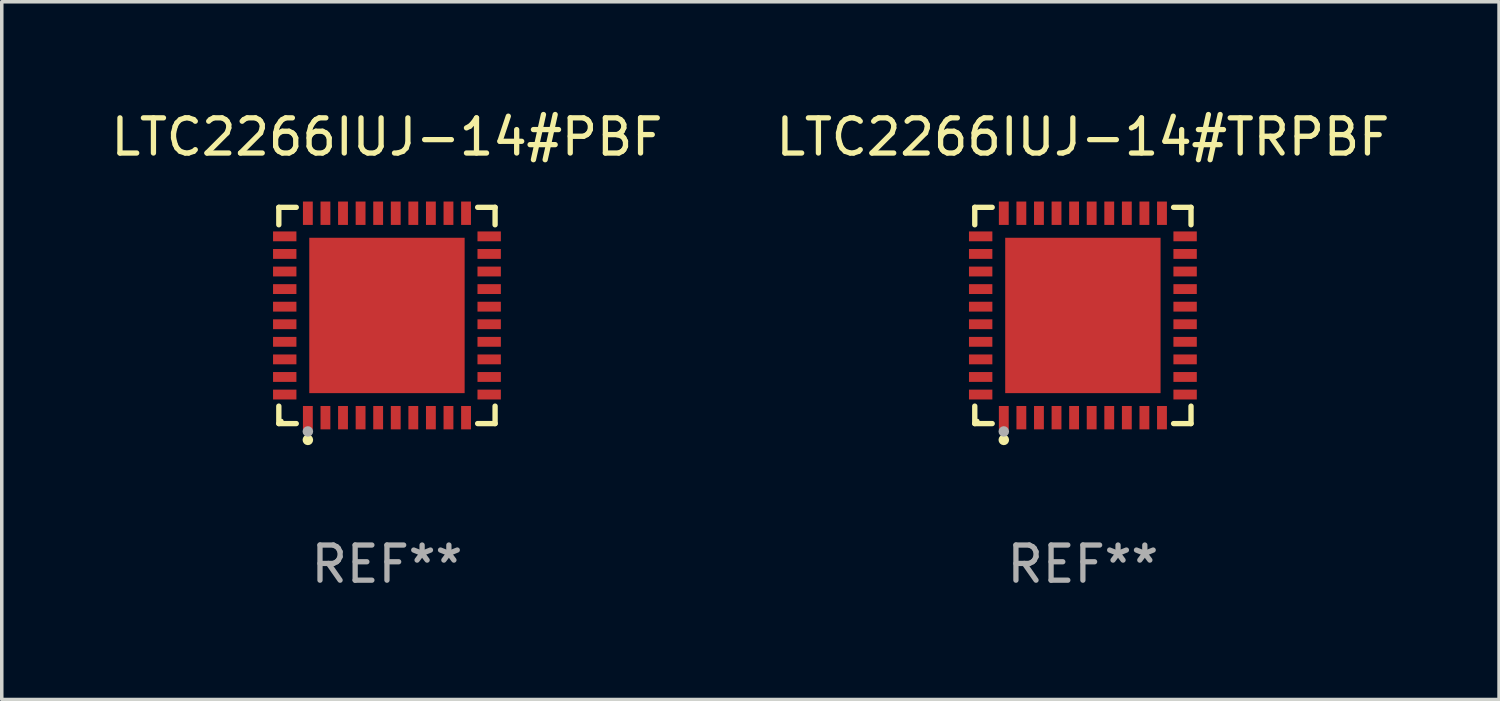
<source format=kicad_pcb>
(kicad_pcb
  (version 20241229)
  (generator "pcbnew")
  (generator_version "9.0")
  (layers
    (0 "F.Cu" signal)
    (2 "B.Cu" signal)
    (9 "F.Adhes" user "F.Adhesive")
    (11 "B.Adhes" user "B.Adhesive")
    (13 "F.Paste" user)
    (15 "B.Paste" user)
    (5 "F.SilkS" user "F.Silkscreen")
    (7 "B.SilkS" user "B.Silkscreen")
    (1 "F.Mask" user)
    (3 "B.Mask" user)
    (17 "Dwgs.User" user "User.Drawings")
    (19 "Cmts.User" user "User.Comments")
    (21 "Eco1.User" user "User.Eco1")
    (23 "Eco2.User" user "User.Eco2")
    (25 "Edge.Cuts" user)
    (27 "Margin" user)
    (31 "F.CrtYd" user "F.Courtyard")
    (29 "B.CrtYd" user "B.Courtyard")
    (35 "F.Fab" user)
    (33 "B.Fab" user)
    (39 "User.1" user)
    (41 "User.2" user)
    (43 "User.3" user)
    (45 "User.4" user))
  (footprint "LTC2266IUJ-14#TRPBF"
    (layer "F.Cu")
    (at 27.756 5.924)
    (property "Reference" "LTC2266IUJ-14#TRPBF" (at 0 -5.076 0) (layer "F.SilkS") (effects (font (size 1 1) (thickness 0.15))))
    (attr through_hole)
    (fp_line (start -3.076 -3.076) (end -2.58 -3.076) (stroke (width 0.152) (type solid)) (layer "F.SilkS"))
    (fp_line (start -3.076 -2.58) (end -3.076 -3.076) (stroke (width 0.152) (type solid)) (layer "F.SilkS"))
    (fp_line (start -3.076 2.58) (end -3.076 3.076) (stroke (width 0.152) (type solid)) (layer "F.SilkS"))
    (fp_line (start -3.076 3.076) (end -2.58 3.076) (stroke (width 0.152) (type solid)) (layer "F.SilkS"))
    (fp_line (start 3.076 -3.076) (end 2.58 -3.076) (stroke (width 0.152) (type solid)) (layer "F.SilkS"))
    (fp_line (start 3.076 -2.58) (end 3.076 -3.076) (stroke (width 0.152) (type solid)) (layer "F.SilkS"))
    (fp_line (start 3.076 2.58) (end 3.076 3.076) (stroke (width 0.152) (type solid)) (layer "F.SilkS"))
    (fp_line (start 3.076 3.076) (end 2.58 3.076) (stroke (width 0.152) (type solid)) (layer "F.SilkS"))
    (fp_circle (center -3 3) (end -2.97 3) (stroke (width 0.06) (type solid)) (fill no) (layer "F.SilkS"))
    (fp_circle (center -2.25 3.54) (end -2.175 3.54) (stroke (width 0.15) (type solid)) (fill no) (layer "F.SilkS"))
    (fp_circle (center -2.25 3.3) (end -2.175 3.3) (stroke (width 0.15) (type solid)) (fill no) (layer "F.Fab"))
    (fp_text user "REF**" (at 0 7.076 0) (layer "F.Fab") (effects (font (size 1 1) (thickness 0.15))))
    (pad "1" smd rect (at -2.25 2.908) (size 0.28 0.665) (layers "F.Cu" "F.Mask" "F.Paste"))
    (pad "2" smd rect (at -1.75 2.908) (size 0.28 0.665) (layers "F.Cu" "F.Mask" "F.Paste"))
    (pad "3" smd rect (at -1.25 2.908) (size 0.28 0.665) (layers "F.Cu" "F.Mask" "F.Paste"))
    (pad "4" smd rect (at -0.75 2.908) (size 0.28 0.665) (layers "F.Cu" "F.Mask" "F.Paste"))
    (pad "5" smd rect (at -0.25 2.908) (size 0.28 0.665) (layers "F.Cu" "F.Mask" "F.Paste"))
    (pad "6" smd rect (at 0.25 2.908) (size 0.28 0.665) (layers "F.Cu" "F.Mask" "F.Paste"))
    (pad "7" smd rect (at 0.75 2.908) (size 0.28 0.665) (layers "F.Cu" "F.Mask" "F.Paste"))
    (pad "8" smd rect (at 1.25 2.908) (size 0.28 0.665) (layers "F.Cu" "F.Mask" "F.Paste"))
    (pad "9" smd rect (at 1.75 2.908) (size 0.28 0.665) (layers "F.Cu" "F.Mask" "F.Paste"))
    (pad "10" smd rect (at 2.25 2.908) (size 0.28 0.665) (layers "F.Cu" "F.Mask" "F.Paste"))
    (pad "11" smd rect (at 2.908 2.25) (size 0.665 0.28) (layers "F.Cu" "F.Mask" "F.Paste"))
    (pad "12" smd rect (at 2.908 1.75) (size 0.665 0.28) (layers "F.Cu" "F.Mask" "F.Paste"))
    (pad "13" smd rect (at 2.908 1.25) (size 0.665 0.28) (layers "F.Cu" "F.Mask" "F.Paste"))
    (pad "14" smd rect (at 2.908 0.75) (size 0.665 0.28) (layers "F.Cu" "F.Mask" "F.Paste"))
    (pad "15" smd rect (at 2.908 0.25) (size 0.665 0.28) (layers "F.Cu" "F.Mask" "F.Paste"))
    (pad "16" smd rect (at 2.908 -0.25) (size 0.665 0.28) (layers "F.Cu" "F.Mask" "F.Paste"))
    (pad "17" smd rect (at 2.908 -0.75) (size 0.665 0.28) (layers "F.Cu" "F.Mask" "F.Paste"))
    (pad "18" smd rect (at 2.908 -1.25) (size 0.665 0.28) (layers "F.Cu" "F.Mask" "F.Paste"))
    (pad "19" smd rect (at 2.908 -1.75) (size 0.665 0.28) (layers "F.Cu" "F.Mask" "F.Paste"))
    (pad "20" smd rect (at 2.908 -2.25) (size 0.665 0.28) (layers "F.Cu" "F.Mask" "F.Paste"))
    (pad "21" smd rect (at 2.25 -2.908) (size 0.28 0.665) (layers "F.Cu" "F.Mask" "F.Paste"))
    (pad "22" smd rect (at 1.75 -2.908) (size 0.28 0.665) (layers "F.Cu" "F.Mask" "F.Paste"))
    (pad "23" smd rect (at 1.25 -2.908) (size 0.28 0.665) (layers "F.Cu" "F.Mask" "F.Paste"))
    (pad "24" smd rect (at 0.75 -2.908) (size 0.28 0.665) (layers "F.Cu" "F.Mask" "F.Paste"))
    (pad "25" smd rect (at 0.25 -2.908) (size 0.28 0.665) (layers "F.Cu" "F.Mask" "F.Paste"))
    (pad "26" smd rect (at -0.25 -2.908) (size 0.28 0.665) (layers "F.Cu" "F.Mask" "F.Paste"))
    (pad "27" smd rect (at -0.75 -2.908) (size 0.28 0.665) (layers "F.Cu" "F.Mask" "F.Paste"))
    (pad "28" smd rect (at -1.25 -2.908) (size 0.28 0.665) (layers "F.Cu" "F.Mask" "F.Paste"))
    (pad "29" smd rect (at -1.75 -2.908) (size 0.28 0.665) (layers "F.Cu" "F.Mask" "F.Paste"))
    (pad "30" smd rect (at -2.25 -2.908) (size 0.28 0.665) (layers "F.Cu" "F.Mask" "F.Paste"))
    (pad "31" smd rect (at -2.908 -2.25) (size 0.665 0.28) (layers "F.Cu" "F.Mask" "F.Paste"))
    (pad "32" smd rect (at -2.908 -1.75) (size 0.665 0.28) (layers "F.Cu" "F.Mask" "F.Paste"))
    (pad "33" smd rect (at -2.908 -1.25) (size 0.665 0.28) (layers "F.Cu" "F.Mask" "F.Paste"))
    (pad "34" smd rect (at -2.908 -0.75) (size 0.665 0.28) (layers "F.Cu" "F.Mask" "F.Paste"))
    (pad "35" smd rect (at -2.908 -0.25) (size 0.665 0.28) (layers "F.Cu" "F.Mask" "F.Paste"))
    (pad "36" smd rect (at -2.908 0.25) (size 0.665 0.28) (layers "F.Cu" "F.Mask" "F.Paste"))
    (pad "37" smd rect (at -2.908 0.75) (size 0.665 0.28) (layers "F.Cu" "F.Mask" "F.Paste"))
    (pad "38" smd rect (at -2.908 1.25) (size 0.665 0.28) (layers "F.Cu" "F.Mask" "F.Paste"))
    (pad "39" smd rect (at -2.908 1.75) (size 0.665 0.28) (layers "F.Cu" "F.Mask" "F.Paste"))
    (pad "40" smd rect (at -2.908 2.25) (size 0.665 0.28) (layers "F.Cu" "F.Mask" "F.Paste"))
    (pad "41" smd rect (at 0 0) (size 4.42 4.42) (layers "F.Cu" "F.Mask" "F.Paste")))
  (footprint "LTC2266IUJ-14#PBF"
    (layer "F.Cu")
    (at 7.958 5.924)
    (property "Reference" "LTC2266IUJ-14#PBF" (at 0 -5.076 0) (layer "F.SilkS") (effects (font (size 1 1) (thickness 0.15))))
    (attr through_hole)
    (fp_line (start -3.076 -3.076) (end -2.58 -3.076) (stroke (width 0.152) (type solid)) (layer "F.SilkS"))
    (fp_line (start -3.076 -2.58) (end -3.076 -3.076) (stroke (width 0.152) (type solid)) (layer "F.SilkS"))
    (fp_line (start -3.076 2.58) (end -3.076 3.076) (stroke (width 0.152) (type solid)) (layer "F.SilkS"))
    (fp_line (start -3.076 3.076) (end -2.58 3.076) (stroke (width 0.152) (type solid)) (layer "F.SilkS"))
    (fp_line (start 3.076 -3.076) (end 2.58 -3.076) (stroke (width 0.152) (type solid)) (layer "F.SilkS"))
    (fp_line (start 3.076 -2.58) (end 3.076 -3.076) (stroke (width 0.152) (type solid)) (layer "F.SilkS"))
    (fp_line (start 3.076 2.58) (end 3.076 3.076) (stroke (width 0.152) (type solid)) (layer "F.SilkS"))
    (fp_line (start 3.076 3.076) (end 2.58 3.076) (stroke (width 0.152) (type solid)) (layer "F.SilkS"))
    (fp_circle (center -3 3) (end -2.97 3) (stroke (width 0.06) (type solid)) (fill no) (layer "F.SilkS"))
    (fp_circle (center -2.25 3.54) (end -2.175 3.54) (stroke (width 0.15) (type solid)) (fill no) (layer "F.SilkS"))
    (fp_circle (center -2.25 3.3) (end -2.175 3.3) (stroke (width 0.15) (type solid)) (fill no) (layer "F.Fab"))
    (fp_text user "REF**" (at 0 7.076 0) (layer "F.Fab") (effects (font (size 1 1) (thickness 0.15))))
    (pad "1" smd rect (at -2.25 2.908) (size 0.28 0.665) (layers "F.Cu" "F.Mask" "F.Paste"))
    (pad "2" smd rect (at -1.75 2.908) (size 0.28 0.665) (layers "F.Cu" "F.Mask" "F.Paste"))
    (pad "3" smd rect (at -1.25 2.908) (size 0.28 0.665) (layers "F.Cu" "F.Mask" "F.Paste"))
    (pad "4" smd rect (at -0.75 2.908) (size 0.28 0.665) (layers "F.Cu" "F.Mask" "F.Paste"))
    (pad "5" smd rect (at -0.25 2.908) (size 0.28 0.665) (layers "F.Cu" "F.Mask" "F.Paste"))
    (pad "6" smd rect (at 0.25 2.908) (size 0.28 0.665) (layers "F.Cu" "F.Mask" "F.Paste"))
    (pad "7" smd rect (at 0.75 2.908) (size 0.28 0.665) (layers "F.Cu" "F.Mask" "F.Paste"))
    (pad "8" smd rect (at 1.25 2.908) (size 0.28 0.665) (layers "F.Cu" "F.Mask" "F.Paste"))
    (pad "9" smd rect (at 1.75 2.908) (size 0.28 0.665) (layers "F.Cu" "F.Mask" "F.Paste"))
    (pad "10" smd rect (at 2.25 2.908) (size 0.28 0.665) (layers "F.Cu" "F.Mask" "F.Paste"))
    (pad "11" smd rect (at 2.908 2.25) (size 0.665 0.28) (layers "F.Cu" "F.Mask" "F.Paste"))
    (pad "12" smd rect (at 2.908 1.75) (size 0.665 0.28) (layers "F.Cu" "F.Mask" "F.Paste"))
    (pad "13" smd rect (at 2.908 1.25) (size 0.665 0.28) (layers "F.Cu" "F.Mask" "F.Paste"))
    (pad "14" smd rect (at 2.908 0.75) (size 0.665 0.28) (layers "F.Cu" "F.Mask" "F.Paste"))
    (pad "15" smd rect (at 2.908 0.25) (size 0.665 0.28) (layers "F.Cu" "F.Mask" "F.Paste"))
    (pad "16" smd rect (at 2.908 -0.25) (size 0.665 0.28) (layers "F.Cu" "F.Mask" "F.Paste"))
    (pad "17" smd rect (at 2.908 -0.75) (size 0.665 0.28) (layers "F.Cu" "F.Mask" "F.Paste"))
    (pad "18" smd rect (at 2.908 -1.25) (size 0.665 0.28) (layers "F.Cu" "F.Mask" "F.Paste"))
    (pad "19" smd rect (at 2.908 -1.75) (size 0.665 0.28) (layers "F.Cu" "F.Mask" "F.Paste"))
    (pad "20" smd rect (at 2.908 -2.25) (size 0.665 0.28) (layers "F.Cu" "F.Mask" "F.Paste"))
    (pad "21" smd rect (at 2.25 -2.908) (size 0.28 0.665) (layers "F.Cu" "F.Mask" "F.Paste"))
    (pad "22" smd rect (at 1.75 -2.908) (size 0.28 0.665) (layers "F.Cu" "F.Mask" "F.Paste"))
    (pad "23" smd rect (at 1.25 -2.908) (size 0.28 0.665) (layers "F.Cu" "F.Mask" "F.Paste"))
    (pad "24" smd rect (at 0.75 -2.908) (size 0.28 0.665) (layers "F.Cu" "F.Mask" "F.Paste"))
    (pad "25" smd rect (at 0.25 -2.908) (size 0.28 0.665) (layers "F.Cu" "F.Mask" "F.Paste"))
    (pad "26" smd rect (at -0.25 -2.908) (size 0.28 0.665) (layers "F.Cu" "F.Mask" "F.Paste"))
    (pad "27" smd rect (at -0.75 -2.908) (size 0.28 0.665) (layers "F.Cu" "F.Mask" "F.Paste"))
    (pad "28" smd rect (at -1.25 -2.908) (size 0.28 0.665) (layers "F.Cu" "F.Mask" "F.Paste"))
    (pad "29" smd rect (at -1.75 -2.908) (size 0.28 0.665) (layers "F.Cu" "F.Mask" "F.Paste"))
    (pad "30" smd rect (at -2.25 -2.908) (size 0.28 0.665) (layers "F.Cu" "F.Mask" "F.Paste"))
    (pad "31" smd rect (at -2.908 -2.25) (size 0.665 0.28) (layers "F.Cu" "F.Mask" "F.Paste"))
    (pad "32" smd rect (at -2.908 -1.75) (size 0.665 0.28) (layers "F.Cu" "F.Mask" "F.Paste"))
    (pad "33" smd rect (at -2.908 -1.25) (size 0.665 0.28) (layers "F.Cu" "F.Mask" "F.Paste"))
    (pad "34" smd rect (at -2.908 -0.75) (size 0.665 0.28) (layers "F.Cu" "F.Mask" "F.Paste"))
    (pad "35" smd rect (at -2.908 -0.25) (size 0.665 0.28) (layers "F.Cu" "F.Mask" "F.Paste"))
    (pad "36" smd rect (at -2.908 0.25) (size 0.665 0.28) (layers "F.Cu" "F.Mask" "F.Paste"))
    (pad "37" smd rect (at -2.908 0.75) (size 0.665 0.28) (layers "F.Cu" "F.Mask" "F.Paste"))
    (pad "38" smd rect (at -2.908 1.25) (size 0.665 0.28) (layers "F.Cu" "F.Mask" "F.Paste"))
    (pad "39" smd rect (at -2.908 1.75) (size 0.665 0.28) (layers "F.Cu" "F.Mask" "F.Paste"))
    (pad "40" smd rect (at -2.908 2.25) (size 0.665 0.28) (layers "F.Cu" "F.Mask" "F.Paste"))
    (pad "41" smd rect (at 0 0) (size 4.42 4.42) (layers "F.Cu" "F.Mask" "F.Paste")))
  (gr_rect
    (start -3 -3)
    (end 39.595 16.849)
    (stroke (width 0.1) (type default))
    (fill no)
    (layer "Edge.Cuts")))
</source>
